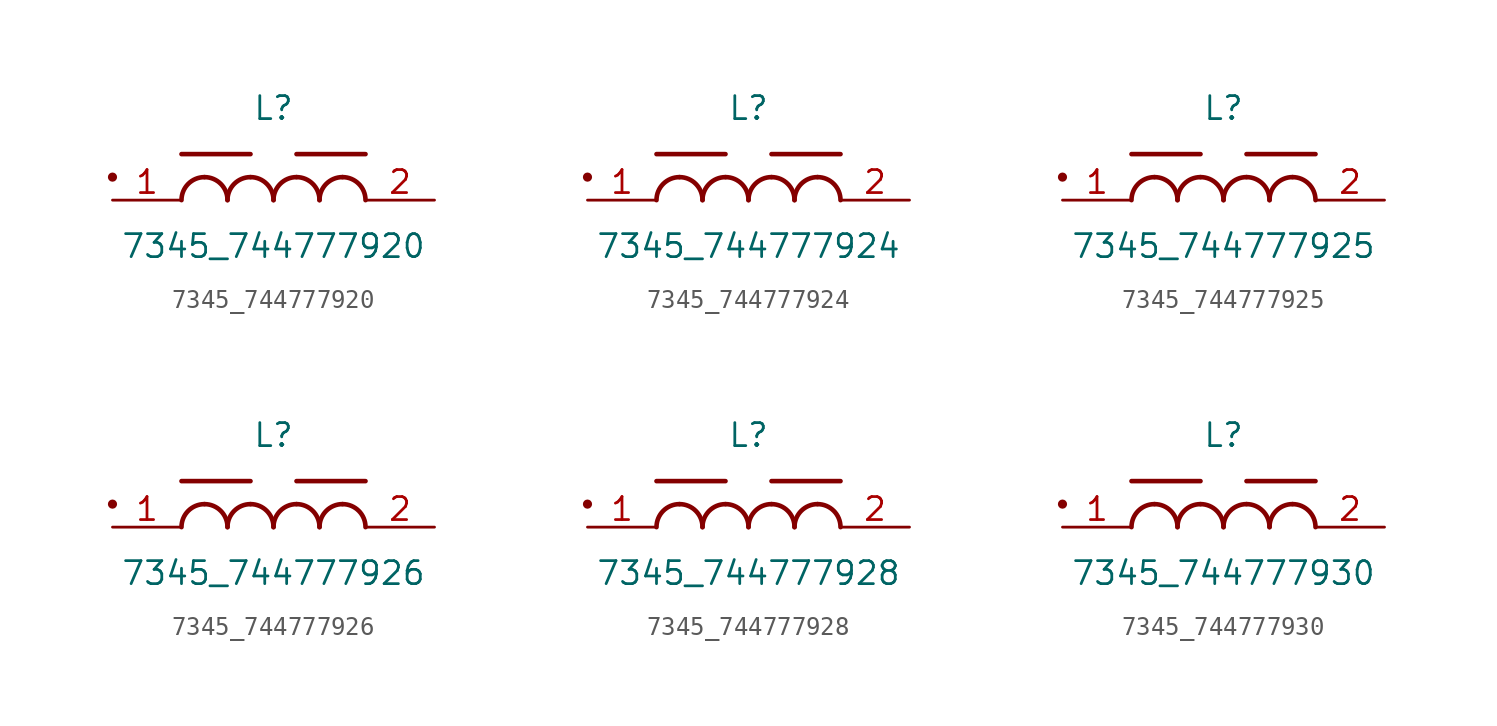
<source format=kicad_sym>
(kicad_symbol_lib
  (version 20211014)
  (generator kicad_symbol_editor)
  (symbol "Inductor_Wurth_WE-PD:7345_744777920"
    (pin_names hide)
    (property "Reference" "L"
      (at 0 5.08 0)
      (effects (font (size 1.27 1.27))))
    (property "Value" "7345_744777920"
      (at 0 -2.54 0)
      (effects (font (size 1.27 1.27))))
    (symbol "7345_744777920_0_1"
      (circle (center -8.89 1.27) (radius 0.0001) (stroke (width 0.254)) (stroke (width 0.254) (type default) (color 0 0 0 0)) (fill (type none)))
      (arc (start -3.81 1.27) (mid -4.708 0.898) (end -5.08 0) (stroke (width 0.254) (type default) (color 0 0 0 0)) (fill (type none)))
      (arc (start -2.54 0) (mid -2.912 0.898) (end -3.81 1.27) (stroke (width 0.254) (type default) (color 0 0 0 0)) (fill (type none)))
      (arc (start -1.2699 1.2701) (mid -2.1679 0.8981) (end -2.5399 0.0001) (stroke (width 0.254) (type default) (color 0 0 0 0)) (fill (type none)))
      (polyline (pts (xy -5.08 2.54) (xy -1.27 2.54)) (stroke (width 0.254) (type default) (color 0 0 0 0)) (fill (type none)))
      (polyline (pts (xy 5.08 2.54) (xy 1.27 2.54)) (stroke (width 0.254) (type default) (color 0 0 0 0)) (fill (type none)))
      (arc (start 0.0001 0.0001) (mid -0.3719 0.8981) (end -1.2699 1.2701) (stroke (width 0.254) (type default) (color 0 0 0 0)) (fill (type none)))
      (arc (start 1.2701 1.2701) (mid 0.3721 0.8981) (end 0.0001 0.0001) (stroke (width 0.254) (type default) (color 0 0 0 0)) (fill (type none)))
      (arc (start 2.5401 0.0001) (mid 2.1681 0.8981) (end 1.2701 1.2701) (stroke (width 0.254) (type default) (color 0 0 0 0)) (fill (type none)))
      (arc (start 3.8101 1.2701) (mid 2.9121 0.8981) (end 2.5401 0.0001) (stroke (width 0.254) (type default) (color 0 0 0 0)) (fill (type none)))
      (arc (start 5.0801 0.0001) (mid 4.7081 0.8981) (end 3.8101 1.2701) (stroke (width 0.254) (type default) (color 0 0 0 0)) (fill (type none))))
    (symbol "7345_744777920_1_1"
      (pin passive line (at -8.89 0 0) (length 3.81) (name "1" (effects (font (size 1.27 1.27)))) (number "1" (effects (font (size 1.27 1.27)))))
      (pin passive line (at 8.89 0 180) (length 3.81) (name "2" (effects (font (size 1.27 1.27)))) (number "2" (effects (font (size 1.27 1.27)))))))
  (symbol "Inductor_Wurth_WE-PD:7345_744777924"
    (pin_names hide)
    (property "Reference" "L"
      (at 0 5.08 0)
      (effects (font (size 1.27 1.27))))
    (property "Value" "7345_744777924"
      (at 0 -2.54 0)
      (effects (font (size 1.27 1.27))))
    (symbol "7345_744777924_0_1"
      (circle (center -8.89 1.27) (radius 0.0001) (stroke (width 0.254)) (stroke (width 0.254) (type default) (color 0 0 0 0)) (fill (type none)))
      (arc (start -3.81 1.27) (mid -4.708 0.898) (end -5.08 0) (stroke (width 0.254) (type default) (color 0 0 0 0)) (fill (type none)))
      (arc (start -2.54 0) (mid -2.912 0.898) (end -3.81 1.27) (stroke (width 0.254) (type default) (color 0 0 0 0)) (fill (type none)))
      (arc (start -1.2699 1.2701) (mid -2.1679 0.8981) (end -2.5399 0.0001) (stroke (width 0.254) (type default) (color 0 0 0 0)) (fill (type none)))
      (polyline (pts (xy -5.08 2.54) (xy -1.27 2.54)) (stroke (width 0.254) (type default) (color 0 0 0 0)) (fill (type none)))
      (polyline (pts (xy 5.08 2.54) (xy 1.27 2.54)) (stroke (width 0.254) (type default) (color 0 0 0 0)) (fill (type none)))
      (arc (start 0.0001 0.0001) (mid -0.3719 0.8981) (end -1.2699 1.2701) (stroke (width 0.254) (type default) (color 0 0 0 0)) (fill (type none)))
      (arc (start 1.2701 1.2701) (mid 0.3721 0.8981) (end 0.0001 0.0001) (stroke (width 0.254) (type default) (color 0 0 0 0)) (fill (type none)))
      (arc (start 2.5401 0.0001) (mid 2.1681 0.8981) (end 1.2701 1.2701) (stroke (width 0.254) (type default) (color 0 0 0 0)) (fill (type none)))
      (arc (start 3.8101 1.2701) (mid 2.9121 0.8981) (end 2.5401 0.0001) (stroke (width 0.254) (type default) (color 0 0 0 0)) (fill (type none)))
      (arc (start 5.0801 0.0001) (mid 4.7081 0.8981) (end 3.8101 1.2701) (stroke (width 0.254) (type default) (color 0 0 0 0)) (fill (type none))))
    (symbol "7345_744777924_1_1"
      (pin passive line (at -8.89 0 0) (length 3.81) (name "1" (effects (font (size 1.27 1.27)))) (number "1" (effects (font (size 1.27 1.27)))))
      (pin passive line (at 8.89 0 180) (length 3.81) (name "2" (effects (font (size 1.27 1.27)))) (number "2" (effects (font (size 1.27 1.27)))))))
  (symbol "Inductor_Wurth_WE-PD:7345_744777925"
    (pin_names hide)
    (property "Reference" "L"
      (at 0 5.08 0)
      (effects (font (size 1.27 1.27))))
    (property "Value" "7345_744777925"
      (at 0 -2.54 0)
      (effects (font (size 1.27 1.27))))
    (symbol "7345_744777925_0_1"
      (circle (center -8.89 1.27) (radius 0.0001) (stroke (width 0.254)) (stroke (width 0.254) (type default) (color 0 0 0 0)) (fill (type none)))
      (arc (start -3.81 1.27) (mid -4.708 0.898) (end -5.08 0) (stroke (width 0.254) (type default) (color 0 0 0 0)) (fill (type none)))
      (arc (start -2.54 0) (mid -2.912 0.898) (end -3.81 1.27) (stroke (width 0.254) (type default) (color 0 0 0 0)) (fill (type none)))
      (arc (start -1.2699 1.2701) (mid -2.1679 0.8981) (end -2.5399 0.0001) (stroke (width 0.254) (type default) (color 0 0 0 0)) (fill (type none)))
      (polyline (pts (xy -5.08 2.54) (xy -1.27 2.54)) (stroke (width 0.254) (type default) (color 0 0 0 0)) (fill (type none)))
      (polyline (pts (xy 5.08 2.54) (xy 1.27 2.54)) (stroke (width 0.254) (type default) (color 0 0 0 0)) (fill (type none)))
      (arc (start 0.0001 0.0001) (mid -0.3719 0.8981) (end -1.2699 1.2701) (stroke (width 0.254) (type default) (color 0 0 0 0)) (fill (type none)))
      (arc (start 1.2701 1.2701) (mid 0.3721 0.8981) (end 0.0001 0.0001) (stroke (width 0.254) (type default) (color 0 0 0 0)) (fill (type none)))
      (arc (start 2.5401 0.0001) (mid 2.1681 0.8981) (end 1.2701 1.2701) (stroke (width 0.254) (type default) (color 0 0 0 0)) (fill (type none)))
      (arc (start 3.8101 1.2701) (mid 2.9121 0.8981) (end 2.5401 0.0001) (stroke (width 0.254) (type default) (color 0 0 0 0)) (fill (type none)))
      (arc (start 5.0801 0.0001) (mid 4.7081 0.8981) (end 3.8101 1.2701) (stroke (width 0.254) (type default) (color 0 0 0 0)) (fill (type none))))
    (symbol "7345_744777925_1_1"
      (pin passive line (at -8.89 0 0) (length 3.81) (name "1" (effects (font (size 1.27 1.27)))) (number "1" (effects (font (size 1.27 1.27)))))
      (pin passive line (at 8.89 0 180) (length 3.81) (name "2" (effects (font (size 1.27 1.27)))) (number "2" (effects (font (size 1.27 1.27)))))))
  (symbol "Inductor_Wurth_WE-PD:7345_744777926"
    (pin_names hide)
    (property "Reference" "L"
      (at 0 5.08 0)
      (effects (font (size 1.27 1.27))))
    (property "Value" "7345_744777926"
      (at 0 -2.54 0)
      (effects (font (size 1.27 1.27))))
    (symbol "7345_744777926_0_1"
      (circle (center -8.89 1.27) (radius 0.0001) (stroke (width 0.254)) (stroke (width 0.254) (type default) (color 0 0 0 0)) (fill (type none)))
      (arc (start -3.81 1.27) (mid -4.708 0.898) (end -5.08 0) (stroke (width 0.254) (type default) (color 0 0 0 0)) (fill (type none)))
      (arc (start -2.54 0) (mid -2.912 0.898) (end -3.81 1.27) (stroke (width 0.254) (type default) (color 0 0 0 0)) (fill (type none)))
      (arc (start -1.2699 1.2701) (mid -2.1679 0.8981) (end -2.5399 0.0001) (stroke (width 0.254) (type default) (color 0 0 0 0)) (fill (type none)))
      (polyline (pts (xy -5.08 2.54) (xy -1.27 2.54)) (stroke (width 0.254) (type default) (color 0 0 0 0)) (fill (type none)))
      (polyline (pts (xy 5.08 2.54) (xy 1.27 2.54)) (stroke (width 0.254) (type default) (color 0 0 0 0)) (fill (type none)))
      (arc (start 0.0001 0.0001) (mid -0.3719 0.8981) (end -1.2699 1.2701) (stroke (width 0.254) (type default) (color 0 0 0 0)) (fill (type none)))
      (arc (start 1.2701 1.2701) (mid 0.3721 0.8981) (end 0.0001 0.0001) (stroke (width 0.254) (type default) (color 0 0 0 0)) (fill (type none)))
      (arc (start 2.5401 0.0001) (mid 2.1681 0.8981) (end 1.2701 1.2701) (stroke (width 0.254) (type default) (color 0 0 0 0)) (fill (type none)))
      (arc (start 3.8101 1.2701) (mid 2.9121 0.8981) (end 2.5401 0.0001) (stroke (width 0.254) (type default) (color 0 0 0 0)) (fill (type none)))
      (arc (start 5.0801 0.0001) (mid 4.7081 0.8981) (end 3.8101 1.2701) (stroke (width 0.254) (type default) (color 0 0 0 0)) (fill (type none))))
    (symbol "7345_744777926_1_1"
      (pin passive line (at -8.89 0 0) (length 3.81) (name "1" (effects (font (size 1.27 1.27)))) (number "1" (effects (font (size 1.27 1.27)))))
      (pin passive line (at 8.89 0 180) (length 3.81) (name "2" (effects (font (size 1.27 1.27)))) (number "2" (effects (font (size 1.27 1.27)))))))
  (symbol "Inductor_Wurth_WE-PD:7345_744777928"
    (pin_names hide)
    (property "Reference" "L"
      (at 0 5.08 0)
      (effects (font (size 1.27 1.27))))
    (property "Value" "7345_744777928"
      (at 0 -2.54 0)
      (effects (font (size 1.27 1.27))))
    (symbol "7345_744777928_0_1"
      (circle (center -8.89 1.27) (radius 0.0001) (stroke (width 0.254)) (stroke (width 0.254) (type default) (color 0 0 0 0)) (fill (type none)))
      (arc (start -3.81 1.27) (mid -4.708 0.898) (end -5.08 0) (stroke (width 0.254) (type default) (color 0 0 0 0)) (fill (type none)))
      (arc (start -2.54 0) (mid -2.912 0.898) (end -3.81 1.27) (stroke (width 0.254) (type default) (color 0 0 0 0)) (fill (type none)))
      (arc (start -1.2699 1.2701) (mid -2.1679 0.8981) (end -2.5399 0.0001) (stroke (width 0.254) (type default) (color 0 0 0 0)) (fill (type none)))
      (polyline (pts (xy -5.08 2.54) (xy -1.27 2.54)) (stroke (width 0.254) (type default) (color 0 0 0 0)) (fill (type none)))
      (polyline (pts (xy 5.08 2.54) (xy 1.27 2.54)) (stroke (width 0.254) (type default) (color 0 0 0 0)) (fill (type none)))
      (arc (start 0.0001 0.0001) (mid -0.3719 0.8981) (end -1.2699 1.2701) (stroke (width 0.254) (type default) (color 0 0 0 0)) (fill (type none)))
      (arc (start 1.2701 1.2701) (mid 0.3721 0.8981) (end 0.0001 0.0001) (stroke (width 0.254) (type default) (color 0 0 0 0)) (fill (type none)))
      (arc (start 2.5401 0.0001) (mid 2.1681 0.8981) (end 1.2701 1.2701) (stroke (width 0.254) (type default) (color 0 0 0 0)) (fill (type none)))
      (arc (start 3.8101 1.2701) (mid 2.9121 0.8981) (end 2.5401 0.0001) (stroke (width 0.254) (type default) (color 0 0 0 0)) (fill (type none)))
      (arc (start 5.0801 0.0001) (mid 4.7081 0.8981) (end 3.8101 1.2701) (stroke (width 0.254) (type default) (color 0 0 0 0)) (fill (type none))))
    (symbol "7345_744777928_1_1"
      (pin passive line (at -8.89 0 0) (length 3.81) (name "1" (effects (font (size 1.27 1.27)))) (number "1" (effects (font (size 1.27 1.27)))))
      (pin passive line (at 8.89 0 180) (length 3.81) (name "2" (effects (font (size 1.27 1.27)))) (number "2" (effects (font (size 1.27 1.27)))))))
  (symbol "Inductor_Wurth_WE-PD:7345_744777930"
    (pin_names hide)
    (property "Reference" "L"
      (at 0 5.08 0)
      (effects (font (size 1.27 1.27))))
    (property "Value" "7345_744777930"
      (at 0 -2.54 0)
      (effects (font (size 1.27 1.27))))
    (symbol "7345_744777930_0_1"
      (circle (center -8.89 1.27) (radius 0.0001) (stroke (width 0.254)) (stroke (width 0.254) (type default) (color 0 0 0 0)) (fill (type none)))
      (arc (start -3.81 1.27) (mid -4.708 0.898) (end -5.08 0) (stroke (width 0.254) (type default) (color 0 0 0 0)) (fill (type none)))
      (arc (start -2.54 0) (mid -2.912 0.898) (end -3.81 1.27) (stroke (width 0.254) (type default) (color 0 0 0 0)) (fill (type none)))
      (arc (start -1.2699 1.2701) (mid -2.1679 0.8981) (end -2.5399 0.0001) (stroke (width 0.254) (type default) (color 0 0 0 0)) (fill (type none)))
      (polyline (pts (xy -5.08 2.54) (xy -1.27 2.54)) (stroke (width 0.254) (type default) (color 0 0 0 0)) (fill (type none)))
      (polyline (pts (xy 5.08 2.54) (xy 1.27 2.54)) (stroke (width 0.254) (type default) (color 0 0 0 0)) (fill (type none)))
      (arc (start 0.0001 0.0001) (mid -0.3719 0.8981) (end -1.2699 1.2701) (stroke (width 0.254) (type default) (color 0 0 0 0)) (fill (type none)))
      (arc (start 1.2701 1.2701) (mid 0.3721 0.8981) (end 0.0001 0.0001) (stroke (width 0.254) (type default) (color 0 0 0 0)) (fill (type none)))
      (arc (start 2.5401 0.0001) (mid 2.1681 0.8981) (end 1.2701 1.2701) (stroke (width 0.254) (type default) (color 0 0 0 0)) (fill (type none)))
      (arc (start 3.8101 1.2701) (mid 2.9121 0.8981) (end 2.5401 0.0001) (stroke (width 0.254) (type default) (color 0 0 0 0)) (fill (type none)))
      (arc (start 5.0801 0.0001) (mid 4.7081 0.8981) (end 3.8101 1.2701) (stroke (width 0.254) (type default) (color 0 0 0 0)) (fill (type none))))
    (symbol "7345_744777930_1_1"
      (pin passive line (at -8.89 0 0) (length 3.81) (name "1" (effects (font (size 1.27 1.27)))) (number "1" (effects (font (size 1.27 1.27)))))
      (pin passive line (at 8.89 0 180) (length 3.81) (name "2" (effects (font (size 1.27 1.27)))) (number "2" (effects (font (size 1.27 1.27))))))))
</source>
